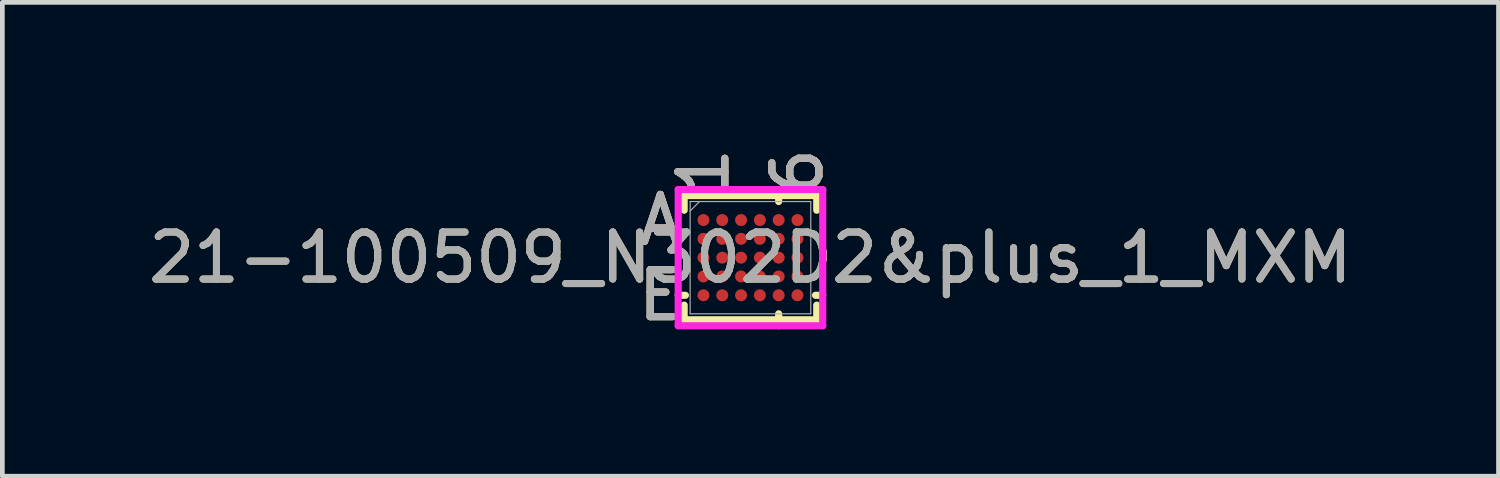
<source format=kicad_pcb>
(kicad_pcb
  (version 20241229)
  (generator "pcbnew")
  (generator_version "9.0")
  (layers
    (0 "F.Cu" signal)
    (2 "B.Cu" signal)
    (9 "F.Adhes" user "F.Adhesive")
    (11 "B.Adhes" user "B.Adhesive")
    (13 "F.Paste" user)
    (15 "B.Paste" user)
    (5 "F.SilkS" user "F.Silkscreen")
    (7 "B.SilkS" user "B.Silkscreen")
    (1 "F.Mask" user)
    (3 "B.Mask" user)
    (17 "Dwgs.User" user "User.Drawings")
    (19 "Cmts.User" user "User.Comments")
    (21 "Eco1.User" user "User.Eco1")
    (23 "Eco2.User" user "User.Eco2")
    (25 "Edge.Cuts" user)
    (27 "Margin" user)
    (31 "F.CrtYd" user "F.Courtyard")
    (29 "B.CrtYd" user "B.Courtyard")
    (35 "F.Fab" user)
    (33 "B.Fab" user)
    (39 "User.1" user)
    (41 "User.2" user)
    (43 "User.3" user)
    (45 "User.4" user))
  (footprint "21-100509_N302D2&plus_1_MXM"
    (layer "F.Cu")
    (at 12.911 2.43)
    (property "Reference" "21-100509_N302D2&plus_1_MXM" (at 0 0 0) (unlocked yes) (layer "F.SilkS") (effects (font (size 1 1) (thickness 0.15))))
    (attr smd)
    (fp_line (start -1.41 -1.321) (end -1.41 -1.009) (stroke (width 0.152) (type solid)) (layer "F.SilkS"))
    (fp_line (start -1.41 1.009) (end -1.41 1.321) (stroke (width 0.152) (type solid)) (layer "F.SilkS"))
    (fp_line (start -1.41 1.321) (end 1.41 1.321) (stroke (width 0.152) (type solid)) (layer "F.SilkS"))
    (fp_line (start -1.384 0.8) (end -1.537 0.8) (stroke (width 0.152) (type solid)) (layer "F.SilkS"))
    (fp_line (start 0.6 -1.194) (end 0.6 -1.448) (stroke (width 0.152) (type solid)) (layer "F.SilkS"))
    (fp_line (start 0.6 1.194) (end 0.6 1.448) (stroke (width 0.152) (type solid)) (layer "F.SilkS"))
    (fp_line (start 1.384 0.8) (end 1.537 0.8) (stroke (width 0.152) (type solid)) (layer "F.SilkS"))
    (fp_line (start 1.41 -1.321) (end -1.41 -1.321) (stroke (width 0.152) (type solid)) (layer "F.SilkS"))
    (fp_line (start 1.41 -1.009) (end 1.41 -1.321) (stroke (width 0.152) (type solid)) (layer "F.SilkS"))
    (fp_line (start 1.41 1.321) (end 1.41 1.009) (stroke (width 0.152) (type solid)) (layer "F.SilkS"))
    (fp_poly (pts (xy -1.645 -1.444) (xy 1.645 -1.444) (xy 1.645 1.444) (xy -1.645 1.444)) (stroke (width 0.1) (type solid)) (fill no) (layer "Eco2.User"))
    (fp_line (start -1.537 -1.448) (end 1.537 -1.448) (stroke (width 0.152) (type solid)) (layer "F.CrtYd"))
    (fp_line (start -1.537 1.448) (end -1.537 -1.448) (stroke (width 0.152) (type solid)) (layer "F.CrtYd"))
    (fp_line (start 1.537 -1.448) (end 1.537 1.448) (stroke (width 0.152) (type solid)) (layer "F.CrtYd"))
    (fp_line (start 1.537 1.448) (end -1.537 1.448) (stroke (width 0.152) (type solid)) (layer "F.CrtYd"))
    (fp_line (start -1.283 -1.194) (end -1.283 1.194) (stroke (width 0.025) (type solid)) (layer "F.Fab"))
    (fp_line (start -1.283 1.194) (end 1.283 1.194) (stroke (width 0.025) (type solid)) (layer "F.Fab"))
    (fp_line (start -1.083 -1.194) (end -1.283 -0.994) (stroke (width 0.025) (type solid)) (layer "F.Fab"))
    (fp_line (start 1.283 -1.194) (end -1.283 -1.194) (stroke (width 0.025) (type solid)) (layer "F.Fab"))
    (fp_line (start 1.283 1.194) (end 1.283 -1.194) (stroke (width 0.025) (type solid)) (layer "F.Fab"))
    (fp_text user "E" (at -1.918 0.8 0) (unlocked yes) (layer "F.SilkS") (effects (font (size 1 1) (thickness 0.15))))
    (fp_text user "1" (at -1 -1.829 90) (unlocked yes) (layer "F.SilkS") (effects (font (size 1 1) (thickness 0.15))))
    (fp_text user "A" (at -1.918 -0.8 0) (unlocked yes) (layer "F.SilkS") (effects (font (size 1 1) (thickness 0.15))))
    (fp_text user "6" (at 1 -1.829 90) (unlocked yes) (layer "F.SilkS") (effects (font (size 1 1) (thickness 0.15))))
    (fp_text user "1" (at -1 -1.829 90) (unlocked yes) (layer "B.SilkS") (effects (font (size 1 1) (thickness 0.15))))
    (fp_text user "E" (at -1.918 0.8 0) (unlocked yes) (layer "B.SilkS") (effects (font (size 1 1) (thickness 0.15))))
    (fp_text user "6" (at 1 -1.829 90) (unlocked yes) (layer "B.SilkS") (effects (font (size 1 1) (thickness 0.15))))
    (fp_text user "A" (at -1.918 -0.8 0) (unlocked yes) (layer "B.SilkS") (effects (font (size 1 1) (thickness 0.15))))
    (fp_text user "A" (at -1.918 -0.8 0) (unlocked yes) (layer "F.Fab") (effects (font (size 1 1) (thickness 0.15))))
    (fp_text user "E" (at -1.918 0.8 0) (unlocked yes) (layer "F.Fab") (effects (font (size 1 1) (thickness 0.15))))
    (fp_text user "6" (at 1 -1.829 90) (unlocked yes) (layer "F.Fab") (effects (font (size 1 1) (thickness 0.15))))
    (fp_text user "1" (at -1 -1.829 90) (unlocked yes) (layer "F.Fab") (effects (font (size 1 1) (thickness 0.15))))
    (fp_text user "${REFERENCE}" (at 0 0 0) (unlocked yes) (layer "F.Fab") (effects (font (size 1 1) (thickness 0.15))))
    (pad "A1" smd circle (at -1 -0.8) (size 0.254 0.254) (layers "F.Cu" "F.Mask" "F.Paste"))
    (pad "A2" smd circle (at -0.6 -0.8) (size 0.254 0.254) (layers "F.Cu" "F.Mask" "F.Paste"))
    (pad "A3" smd circle (at -0.2 -0.8) (size 0.254 0.254) (layers "F.Cu" "F.Mask" "F.Paste"))
    (pad "A4" smd circle (at 0.2 -0.8) (size 0.254 0.254) (layers "F.Cu" "F.Mask" "F.Paste"))
    (pad "A5" smd circle (at 0.6 -0.8) (size 0.254 0.254) (layers "F.Cu" "F.Mask" "F.Paste"))
    (pad "A6" smd circle (at 1 -0.8) (size 0.254 0.254) (layers "F.Cu" "F.Mask" "F.Paste"))
    (pad "B1" smd circle (at -1 -0.4) (size 0.254 0.254) (layers "F.Cu" "F.Mask" "F.Paste"))
    (pad "B2" smd circle (at -0.6 -0.4) (size 0.254 0.254) (layers "F.Cu" "F.Mask" "F.Paste"))
    (pad "B3" smd circle (at -0.2 -0.4) (size 0.254 0.254) (layers "F.Cu" "F.Mask" "F.Paste"))
    (pad "B4" smd circle (at 0.2 -0.4) (size 0.254 0.254) (layers "F.Cu" "F.Mask" "F.Paste"))
    (pad "B5" smd circle (at 0.6 -0.4) (size 0.254 0.254) (layers "F.Cu" "F.Mask" "F.Paste"))
    (pad "B6" smd circle (at 1 -0.4) (size 0.254 0.254) (layers "F.Cu" "F.Mask" "F.Paste"))
    (pad "C1" smd circle (at -1 0) (size 0.254 0.254) (layers "F.Cu" "F.Mask" "F.Paste"))
    (pad "C2" smd circle (at -0.6 0) (size 0.254 0.254) (layers "F.Cu" "F.Mask" "F.Paste"))
    (pad "C3" smd circle (at -0.2 0) (size 0.254 0.254) (layers "F.Cu" "F.Mask" "F.Paste"))
    (pad "C4" smd circle (at 0.2 0) (size 0.254 0.254) (layers "F.Cu" "F.Mask" "F.Paste"))
    (pad "C5" smd circle (at 0.6 0) (size 0.254 0.254) (layers "F.Cu" "F.Mask" "F.Paste"))
    (pad "C6" smd circle (at 1 0) (size 0.254 0.254) (layers "F.Cu" "F.Mask" "F.Paste"))
    (pad "D1" smd circle (at -1 0.4) (size 0.254 0.254) (layers "F.Cu" "F.Mask" "F.Paste"))
    (pad "D2" smd circle (at -0.6 0.4) (size 0.254 0.254) (layers "F.Cu" "F.Mask" "F.Paste"))
    (pad "D3" smd circle (at -0.2 0.4) (size 0.254 0.254) (layers "F.Cu" "F.Mask" "F.Paste"))
    (pad "D4" smd circle (at 0.2 0.4) (size 0.254 0.254) (layers "F.Cu" "F.Mask" "F.Paste"))
    (pad "D5" smd circle (at 0.6 0.4) (size 0.254 0.254) (layers "F.Cu" "F.Mask" "F.Paste"))
    (pad "D6" smd circle (at 1 0.4) (size 0.254 0.254) (layers "F.Cu" "F.Mask" "F.Paste"))
    (pad "E1" smd circle (at -1 0.8) (size 0.254 0.254) (layers "F.Cu" "F.Mask" "F.Paste"))
    (pad "E2" smd circle (at -0.6 0.8) (size 0.254 0.254) (layers "F.Cu" "F.Mask" "F.Paste"))
    (pad "E3" smd circle (at -0.2 0.8) (size 0.254 0.254) (layers "F.Cu" "F.Mask" "F.Paste"))
    (pad "E4" smd circle (at 0.2 0.8) (size 0.254 0.254) (layers "F.Cu" "F.Mask" "F.Paste"))
    (pad "E5" smd circle (at 0.6 0.8) (size 0.254 0.254) (layers "F.Cu" "F.Mask" "F.Paste"))
    (pad "E6" smd circle (at 1 0.8) (size 0.254 0.254) (layers "F.Cu" "F.Mask" "F.Paste")))
  (gr_rect
    (start -3 -3)
    (end 28.821 7.078)
    (stroke (width 0.1) (type default))
    (fill no)
    (layer "Edge.Cuts")))
</source>
